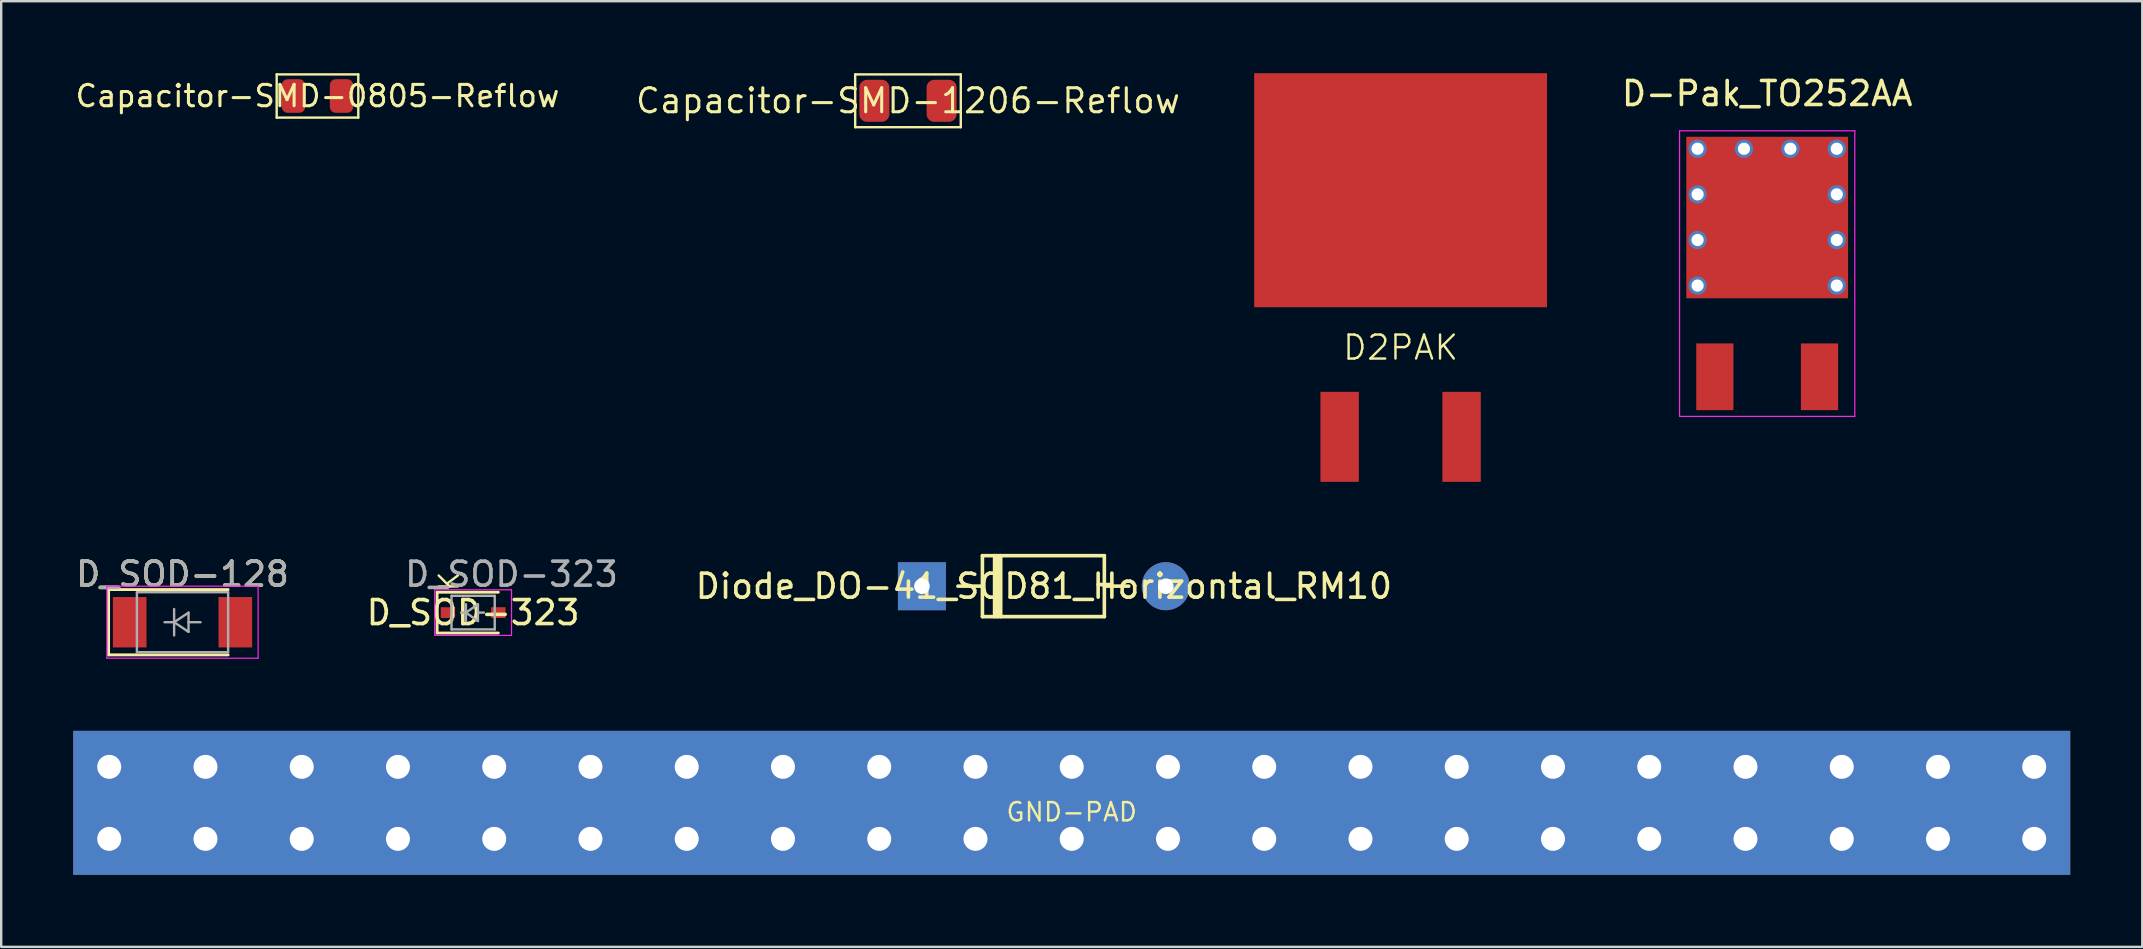
<source format=kicad_pcb>
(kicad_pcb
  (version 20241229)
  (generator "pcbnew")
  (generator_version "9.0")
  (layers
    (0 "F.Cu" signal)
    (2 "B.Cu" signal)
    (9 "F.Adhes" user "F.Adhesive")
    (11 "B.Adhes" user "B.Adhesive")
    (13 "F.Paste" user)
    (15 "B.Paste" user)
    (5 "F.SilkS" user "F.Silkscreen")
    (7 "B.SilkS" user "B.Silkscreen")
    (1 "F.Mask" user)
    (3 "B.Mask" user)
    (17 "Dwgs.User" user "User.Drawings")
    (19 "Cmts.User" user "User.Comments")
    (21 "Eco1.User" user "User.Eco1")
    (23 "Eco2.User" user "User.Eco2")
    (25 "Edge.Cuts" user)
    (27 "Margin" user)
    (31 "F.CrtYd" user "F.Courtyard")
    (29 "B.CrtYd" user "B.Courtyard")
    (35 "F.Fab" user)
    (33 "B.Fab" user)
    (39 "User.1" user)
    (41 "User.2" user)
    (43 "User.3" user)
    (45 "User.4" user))
  (footprint "D_SOD-128"
    (layer "F.Cu")
    (at 4.554 22.873)
    (property "Reference" "D_SOD-128" (at 0 -2 0) (layer "F.SilkS") (effects (font (size 1 1) (thickness 0.15))))
    (attr smd)
    (fp_line (start -3.08 -1.36) (end -3.08 1.36) (stroke (width 0.12) (type solid)) (layer "F.SilkS"))
    (fp_line (start -3.08 -1.36) (end 1.9 -1.36) (stroke (width 0.12) (type solid)) (layer "F.SilkS"))
    (fp_line (start -3.08 1.36) (end 1.9 1.36) (stroke (width 0.12) (type solid)) (layer "F.SilkS"))
    (fp_line (start -3.15 -1.5) (end -3.15 1.5) (stroke (width 0.05) (type solid)) (layer "F.CrtYd"))
    (fp_line (start -3.15 -1.5) (end 3.15 -1.5) (stroke (width 0.05) (type solid)) (layer "F.CrtYd"))
    (fp_line (start 3.15 -1.5) (end 3.15 1.5) (stroke (width 0.05) (type solid)) (layer "F.CrtYd"))
    (fp_line (start 3.15 1.5) (end -3.15 1.5) (stroke (width 0.05) (type solid)) (layer "F.CrtYd"))
    (fp_line (start -1.9 -1.25) (end 1.9 -1.25) (stroke (width 0.1) (type solid)) (layer "F.Fab"))
    (fp_line (start -1.9 1.25) (end -1.9 -1.25) (stroke (width 0.1) (type solid)) (layer "F.Fab"))
    (fp_line (start -0.75 0) (end -0.35 0) (stroke (width 0.1) (type solid)) (layer "F.Fab"))
    (fp_line (start -0.35 0) (end -0.35 -0.55) (stroke (width 0.1) (type solid)) (layer "F.Fab"))
    (fp_line (start -0.35 0) (end -0.35 0.55) (stroke (width 0.1) (type solid)) (layer "F.Fab"))
    (fp_line (start -0.35 0) (end 0.25 -0.4) (stroke (width 0.1) (type solid)) (layer "F.Fab"))
    (fp_line (start 0.25 -0.4) (end 0.25 0.4) (stroke (width 0.1) (type solid)) (layer "F.Fab"))
    (fp_line (start 0.25 0) (end 0.75 0) (stroke (width 0.1) (type solid)) (layer "F.Fab"))
    (fp_line (start 0.25 0.4) (end -0.35 0) (stroke (width 0.1) (type solid)) (layer "F.Fab"))
    (fp_line (start 1.9 -1.25) (end 1.9 1.25) (stroke (width 0.1) (type solid)) (layer "F.Fab"))
    (fp_line (start 1.9 1.25) (end -1.9 1.25) (stroke (width 0.1) (type solid)) (layer "F.Fab"))
    (fp_text user "${REFERENCE}" (at 0 -2 0) (layer "F.Fab") (effects (font (size 1 1) (thickness 0.15))))
    (pad "1" smd rect (at -2.2 0) (size 1.4 2.1) (layers "F.Cu" "F.Mask" "F.Paste"))
    (pad "2" smd rect (at 2.2 0) (size 1.4 2.1) (layers "F.Cu" "F.Mask" "F.Paste")))
  (footprint "D-Pak_TO252AA"
    (layer "F.Cu")
    (at 70.574 8.348)
    (property "Reference" "D-Pak_TO252AA" (at 0 -7.5 0) (layer "F.SilkS") (effects (font (size 1 1) (thickness 0.15))))
    (attr smd)
    (fp_line (start -3.65 -5.95) (end 3.65 -5.95) (stroke (width 0.05) (type solid)) (layer "F.CrtYd"))
    (fp_line (start -3.65 5.95) (end -3.65 -5.95) (stroke (width 0.05) (type solid)) (layer "F.CrtYd"))
    (fp_line (start 3.65 -5.95) (end 3.65 5.95) (stroke (width 0.05) (type solid)) (layer "F.CrtYd"))
    (fp_line (start 3.65 5.95) (end -3.65 5.95) (stroke (width 0.05) (type solid)) (layer "F.CrtYd"))
    (pad "" smd rect (at -1.4 -3.8) (size 2 2) (layers "F.Paste"))
    (pad "" smd rect (at -1.4 -1) (size 2 2) (layers "F.Paste"))
    (pad "" smd rect (at 1.4 -3.8) (size 2 2) (layers "F.Paste"))
    (pad "" smd rect (at 1.4 -1) (size 2 2) (layers "F.Paste"))
    (pad "1" smd rect (at -2.18 4.3) (size 1.55 2.78) (layers "F.Cu" "F.Mask" "F.Paste"))
    (pad "2" thru_hole circle (at -2.9 -5.2) (size 0.762 0.762) (drill 0.508) (layers "*.Cu" "*.Mask"))
    (pad "2" thru_hole circle (at -2.9 -3.3) (size 0.762 0.762) (drill 0.508) (layers "*.Cu" "*.Mask"))
    (pad "2" thru_hole circle (at -2.9 -1.4) (size 0.762 0.762) (drill 0.508) (layers "*.Cu" "*.Mask"))
    (pad "2" thru_hole circle (at -2.9 0.5) (size 0.762 0.762) (drill 0.508) (layers "*.Cu" "*.Mask"))
    (pad "2" thru_hole circle (at -0.967 -5.2) (size 0.762 0.762) (drill 0.508) (layers "*.Cu" "*.Mask"))
    (pad "2" smd rect (at 0 -2.335) (size 6.74 6.73) (layers "F.Cu" "F.Mask"))
    (pad "2" thru_hole circle (at 0.966 -5.2) (size 0.762 0.762) (drill 0.508) (layers "*.Cu" "*.Mask"))
    (pad "2" thru_hole circle (at 2.899 -5.2) (size 0.762 0.762) (drill 0.508) (layers "*.Cu" "*.Mask"))
    (pad "2" thru_hole circle (at 2.899 -3.3) (size 0.762 0.762) (drill 0.508) (layers "*.Cu" "*.Mask"))
    (pad "2" thru_hole circle (at 2.899 -1.4) (size 0.762 0.762) (drill 0.508) (layers "*.Cu" "*.Mask"))
    (pad "2" thru_hole circle (at 2.899 0.5) (size 0.762 0.762) (drill 0.508) (layers "*.Cu" "*.Mask"))
    (pad "3" smd rect (at 2.18 4.3) (size 1.55 2.78) (layers "F.Cu" "F.Mask" "F.Paste")))
  (footprint "D_SOD-323"
    (layer "F.Cu")
    (at 16.661 22.473)
    (property "Reference" "D_SOD-323" (at 0 0 0) (layer "F.SilkS") (effects (font (size 1 1) (thickness 0.15))))
    (attr smd)
    (fp_line (start -1.5 -0.85) (end -1.5 0.85) (stroke (width 0.12) (type solid)) (layer "F.SilkS"))
    (fp_line (start -1.5 -0.85) (end 1.05 -0.85) (stroke (width 0.12) (type solid)) (layer "F.SilkS"))
    (fp_line (start -1.5 0.85) (end 1.05 0.85) (stroke (width 0.12) (type solid)) (layer "F.SilkS"))
    (fp_line (start -1.6 -0.95) (end -1.6 0.95) (stroke (width 0.05) (type solid)) (layer "F.CrtYd"))
    (fp_line (start -1.6 -0.95) (end 1.6 -0.95) (stroke (width 0.05) (type solid)) (layer "F.CrtYd"))
    (fp_line (start -1.6 0.95) (end 1.6 0.95) (stroke (width 0.05) (type solid)) (layer "F.CrtYd"))
    (fp_line (start 1.6 -0.95) (end 1.6 0.95) (stroke (width 0.05) (type solid)) (layer "F.CrtYd"))
    (fp_line (start -0.9 -0.7) (end 0.9 -0.7) (stroke (width 0.1) (type solid)) (layer "F.Fab"))
    (fp_line (start -0.9 0.7) (end -0.9 -0.7) (stroke (width 0.1) (type solid)) (layer "F.Fab"))
    (fp_line (start -0.3 -0.35) (end -0.3 0.35) (stroke (width 0.1) (type solid)) (layer "F.Fab"))
    (fp_line (start -0.3 0) (end -0.5 0) (stroke (width 0.1) (type solid)) (layer "F.Fab"))
    (fp_line (start -0.3 0) (end 0.2 -0.35) (stroke (width 0.1) (type solid)) (layer "F.Fab"))
    (fp_line (start 0.2 -0.35) (end 0.2 0.35) (stroke (width 0.1) (type solid)) (layer "F.Fab"))
    (fp_line (start 0.2 0) (end 0.45 0) (stroke (width 0.1) (type solid)) (layer "F.Fab"))
    (fp_line (start 0.2 0.35) (end -0.3 0) (stroke (width 0.1) (type solid)) (layer "F.Fab"))
    (fp_line (start 0.9 -0.7) (end 0.9 0.7) (stroke (width 0.1) (type solid)) (layer "F.Fab"))
    (fp_line (start 0.9 0.7) (end -0.9 0.7) (stroke (width 0.1) (type solid)) (layer "F.Fab"))
    (fp_text user "K" (at -1 -1.3 270) (layer "F.SilkS") (effects (font (size 0.8 0.8) (thickness 0.1))))
    (fp_text user "${REFERENCE}" (at 1.6 -1.6 0) (layer "F.Fab") (effects (font (size 1 1) (thickness 0.15))))
    (pad "1" smd rect (at -1.05 0) (size 0.6 0.45) (layers "F.Cu" "F.Mask" "F.Paste"))
    (pad "2" smd rect (at 1.05 0) (size 0.6 0.45) (layers "F.Cu" "F.Mask" "F.Paste")))
  (footprint "Capacitor-SMD-0805-Reflow"
    (layer "F.Cu")
    (at 10.177 0.95)
    (property "Reference" "Capacitor-SMD-0805-Reflow" (at 0 0 180) (layer "F.SilkS") (effects (font (size 0.889 0.889) (thickness 0.127))))
    (attr smd)
    (fp_line (start -1.7 -0.9) (end 1.7 -0.9) (stroke (width 0.1) (type solid)) (layer "F.SilkS"))
    (fp_line (start -1.7 0.9) (end -1.7 -0.9) (stroke (width 0.1) (type solid)) (layer "F.SilkS"))
    (fp_line (start 1.7 -0.9) (end 1.7 0.9) (stroke (width 0.1) (type solid)) (layer "F.SilkS"))
    (fp_line (start 1.7 0.9) (end -1.7 0.9) (stroke (width 0.1) (type solid)) (layer "F.SilkS"))
    (pad "1" smd roundrect (at -1.001 0) (size 0.975 1.4) (layers "F.Cu" "F.Mask" "F.Paste") (roundrect_rratio 0.25))
    (pad "2" smd roundrect (at 1.001 0) (size 0.975 1.4) (layers "F.Cu" "F.Mask" "F.Paste") (roundrect_rratio 0.25)))
  (footprint "Diode_DO-41_SOD81_Horizontal_RM10"
    (layer "F.Cu")
    (at 40.439 21.373)
    (property "Reference" "Diode_DO-41_SOD81_Horizontal_RM10" (at 0 0 0) (layer "F.SilkS") (effects (font (size 1 1) (thickness 0.15))))
    (attr through_hole)
    (fp_line (start -3.58 -0.003) (end -2.564 -0.003) (stroke (width 0.15) (type solid)) (layer "F.SilkS"))
    (fp_line (start -2.56 -1.273) (end 2.52 -1.273) (stroke (width 0.15) (type solid)) (layer "F.SilkS"))
    (fp_line (start -2.56 1.267) (end -2.56 -1.273) (stroke (width 0.15) (type solid)) (layer "F.SilkS"))
    (fp_line (start -2.052 -1.273) (end -2.052 1.267) (stroke (width 0.15) (type solid)) (layer "F.SilkS"))
    (fp_line (start -1.925 -1.273) (end -1.925 1.267) (stroke (width 0.15) (type solid)) (layer "F.SilkS"))
    (fp_line (start -1.798 -1.273) (end -1.798 1.267) (stroke (width 0.15) (type solid)) (layer "F.SilkS"))
    (fp_line (start 2.52 -1.273) (end 2.52 1.267) (stroke (width 0.15) (type solid)) (layer "F.SilkS"))
    (fp_line (start 2.52 -0.003) (end 3.536 -0.003) (stroke (width 0.15) (type solid)) (layer "F.SilkS"))
    (fp_line (start 2.52 1.267) (end -2.56 1.267) (stroke (width 0.15) (type solid)) (layer "F.SilkS"))
    (pad "1" thru_hole rect (at -5.08 0 180) (size 2 2) (drill 0.65) (layers "*.Cu" "*.Mask"))
    (pad "2" thru_hole circle (at 5.08 0 180) (size 2 2) (drill 0.65) (layers "*.Cu" "*.Mask")))
  (footprint "D2PAK"
    (layer "F.Cu")
    (at 55.302 6.096)
    (property "Reference" "D2PAK" (at 0 5.334 0) (layer "F.SilkS") (effects (font (size 1 1) (thickness 0.1))))
    (attr through_hole)
    (pad "" smd rect (at -2 -3.2) (size 3 3) (layers "F.Paste"))
    (pad "" smd rect (at -2 0.7) (size 3 3) (layers "F.Paste"))
    (pad "" smd rect (at 2 -3.2) (size 3 3) (layers "F.Paste"))
    (pad "" smd rect (at 2 0.7) (size 3 3) (layers "F.Paste"))
    (pad "1" smd rect (at -2.54 9.054) (size 1.6 3.75) (layers "F.Cu" "F.Mask" "F.Paste"))
    (pad "2" smd rect (at 0 -1.221) (size 12.2 9.75) (layers "F.Cu" "F.Mask"))
    (pad "3" smd rect (at 2.54 9.054) (size 1.6 3.75) (layers "F.Cu" "F.Mask" "F.Paste")))
  (footprint "Capacitor-SMD-1206-Reflow"
    (layer "F.Cu")
    (at 34.778 1.15)
    (property "Reference" "Capacitor-SMD-1206-Reflow" (at 0 0 0) (layer "F.SilkS") (effects (font (size 1 1) (thickness 0.127))))
    (attr smd)
    (fp_line (start -2.2 -1.1) (end 2.2 -1.1) (stroke (width 0.1) (type solid)) (layer "F.SilkS"))
    (fp_line (start -2.2 1.1) (end -2.2 -1.1) (stroke (width 0.1) (type solid)) (layer "F.SilkS"))
    (fp_line (start 2.2 -1.1) (end 2.2 1.1) (stroke (width 0.1) (type solid)) (layer "F.SilkS"))
    (fp_line (start 2.2 1.1) (end -2.2 1.1) (stroke (width 0.1) (type solid)) (layer "F.SilkS"))
    (pad "1" smd roundrect (at -1.4 0) (size 1.25 1.75) (layers "F.Cu" "F.Mask" "F.Paste") (roundrect_rratio 0.25))
    (pad "2" smd roundrect (at 1.4 0) (size 1.25 1.75) (layers "F.Cu" "F.Mask" "F.Paste") (roundrect_rratio 0.25)))
  (footprint "GND-PAD"
    (layer "F.Cu")
    (at 41.6 30.398)
    (property "Reference" "GND-PAD" (at 0 0.381 0) (layer "F.SilkS") (effects (font (size 0.762 0.762) (thickness 0.1))))
    (attr through_hole)
    (pad "1" thru_hole oval (at -40.1 -1.5) (size 2 2) (drill 1) (layers "*.Cu" "*.Mask"))
    (pad "1" thru_hole oval (at -40.1 1.5) (size 2 2) (drill 1) (layers "*.Cu" "*.Mask"))
    (pad "1" thru_hole oval (at -36.09 -1.5) (size 2 2) (drill 1) (layers "*.Cu" "*.Mask"))
    (pad "1" thru_hole oval (at -36.09 1.5) (size 2 2) (drill 1) (layers "*.Cu" "*.Mask"))
    (pad "1" thru_hole oval (at -32.08 -1.5) (size 2 2) (drill 1) (layers "*.Cu" "*.Mask"))
    (pad "1" thru_hole oval (at -32.08 1.5) (size 2 2) (drill 1) (layers "*.Cu" "*.Mask"))
    (pad "1" thru_hole oval (at -28.07 -1.5) (size 2 2) (drill 1) (layers "*.Cu" "*.Mask"))
    (pad "1" thru_hole oval (at -28.07 1.5) (size 2 2) (drill 1) (layers "*.Cu" "*.Mask"))
    (pad "1" thru_hole oval (at -24.06 -1.5) (size 2 2) (drill 1) (layers "*.Cu" "*.Mask"))
    (pad "1" thru_hole oval (at -24.06 1.5) (size 2 2) (drill 1) (layers "*.Cu" "*.Mask"))
    (pad "1" thru_hole oval (at -20.05 -1.5) (size 2 2) (drill 1) (layers "*.Cu" "*.Mask"))
    (pad "1" thru_hole oval (at -20.05 1.5) (size 2 2) (drill 1) (layers "*.Cu" "*.Mask"))
    (pad "1" thru_hole oval (at -16.04 -1.5) (size 2 2) (drill 1) (layers "*.Cu" "*.Mask"))
    (pad "1" thru_hole oval (at -16.04 1.5) (size 2 2) (drill 1) (layers "*.Cu" "*.Mask"))
    (pad "1" thru_hole oval (at -12.03 -1.5) (size 2 2) (drill 1) (layers "*.Cu" "*.Mask"))
    (pad "1" thru_hole oval (at -12.03 1.5) (size 2 2) (drill 1) (layers "*.Cu" "*.Mask"))
    (pad "1" thru_hole oval (at -8.02 -1.5) (size 2 2) (drill 1) (layers "*.Cu" "*.Mask"))
    (pad "1" thru_hole oval (at -8.02 1.5) (size 2 2) (drill 1) (layers "*.Cu" "*.Mask"))
    (pad "1" thru_hole oval (at -4.01 -1.5) (size 2 2) (drill 1) (layers "*.Cu" "*.Mask"))
    (pad "1" thru_hole oval (at -4.01 1.5) (size 2 2) (drill 1) (layers "*.Cu" "*.Mask"))
    (pad "1" thru_hole oval (at 0 -1.5) (size 2 2) (drill 1) (layers "*.Cu" "*.Mask"))
    (pad "1" smd rect (at 0 0) (size 83.2 6) (layers "F.Cu" "F.Mask"))
    (pad "1" smd rect (at 0 0) (size 83.2 6) (layers "B.Cu" "B.Mask"))
    (pad "1" thru_hole oval (at 0 1.5) (size 2 2) (drill 1) (layers "*.Cu" "*.Mask"))
    (pad "1" thru_hole oval (at 4.01 -1.5) (size 2 2) (drill 1) (layers "*.Cu" "*.Mask"))
    (pad "1" thru_hole oval (at 4.01 1.5) (size 2 2) (drill 1) (layers "*.Cu" "*.Mask"))
    (pad "1" thru_hole oval (at 8.02 -1.5) (size 2 2) (drill 1) (layers "*.Cu" "*.Mask"))
    (pad "1" thru_hole oval (at 8.02 1.5) (size 2 2) (drill 1) (layers "*.Cu" "*.Mask"))
    (pad "1" thru_hole oval (at 12.03 -1.5) (size 2 2) (drill 1) (layers "*.Cu" "*.Mask"))
    (pad "1" thru_hole oval (at 12.03 1.5) (size 2 2) (drill 1) (layers "*.Cu" "*.Mask"))
    (pad "1" thru_hole oval (at 16.04 -1.5) (size 2 2) (drill 1) (layers "*.Cu" "*.Mask"))
    (pad "1" thru_hole oval (at 16.04 1.5) (size 2 2) (drill 1) (layers "*.Cu" "*.Mask"))
    (pad "1" thru_hole oval (at 20.05 -1.5) (size 2 2) (drill 1) (layers "*.Cu" "*.Mask"))
    (pad "1" thru_hole oval (at 20.05 1.5) (size 2 2) (drill 1) (layers "*.Cu" "*.Mask"))
    (pad "1" thru_hole oval (at 24.06 -1.5) (size 2 2) (drill 1) (layers "*.Cu" "*.Mask"))
    (pad "1" thru_hole oval (at 24.06 1.5) (size 2 2) (drill 1) (layers "*.Cu" "*.Mask"))
    (pad "1" thru_hole oval (at 28.07 -1.5) (size 2 2) (drill 1) (layers "*.Cu" "*.Mask"))
    (pad "1" thru_hole oval (at 28.07 1.5) (size 2 2) (drill 1) (layers "*.Cu" "*.Mask"))
    (pad "1" thru_hole oval (at 32.08 -1.5) (size 2 2) (drill 1) (layers "*.Cu" "*.Mask"))
    (pad "1" thru_hole oval (at 32.08 1.5) (size 2 2) (drill 1) (layers "*.Cu" "*.Mask"))
    (pad "1" thru_hole oval (at 36.09 -1.5) (size 2 2) (drill 1) (layers "*.Cu" "*.Mask"))
    (pad "1" thru_hole oval (at 36.09 1.5) (size 2 2) (drill 1) (layers "*.Cu" "*.Mask"))
    (pad "1" thru_hole oval (at 40.1 -1.5) (size 2 2) (drill 1) (layers "*.Cu" "*.Mask"))
    (pad "1" thru_hole oval (at 40.1 1.5) (size 2 2) (drill 1) (layers "*.Cu" "*.Mask")))
  (gr_rect
    (start -3 -3)
    (end 86.2 36.398)
    (stroke (width 0.1) (type default))
    (fill no)
    (layer "Edge.Cuts")))
</source>
